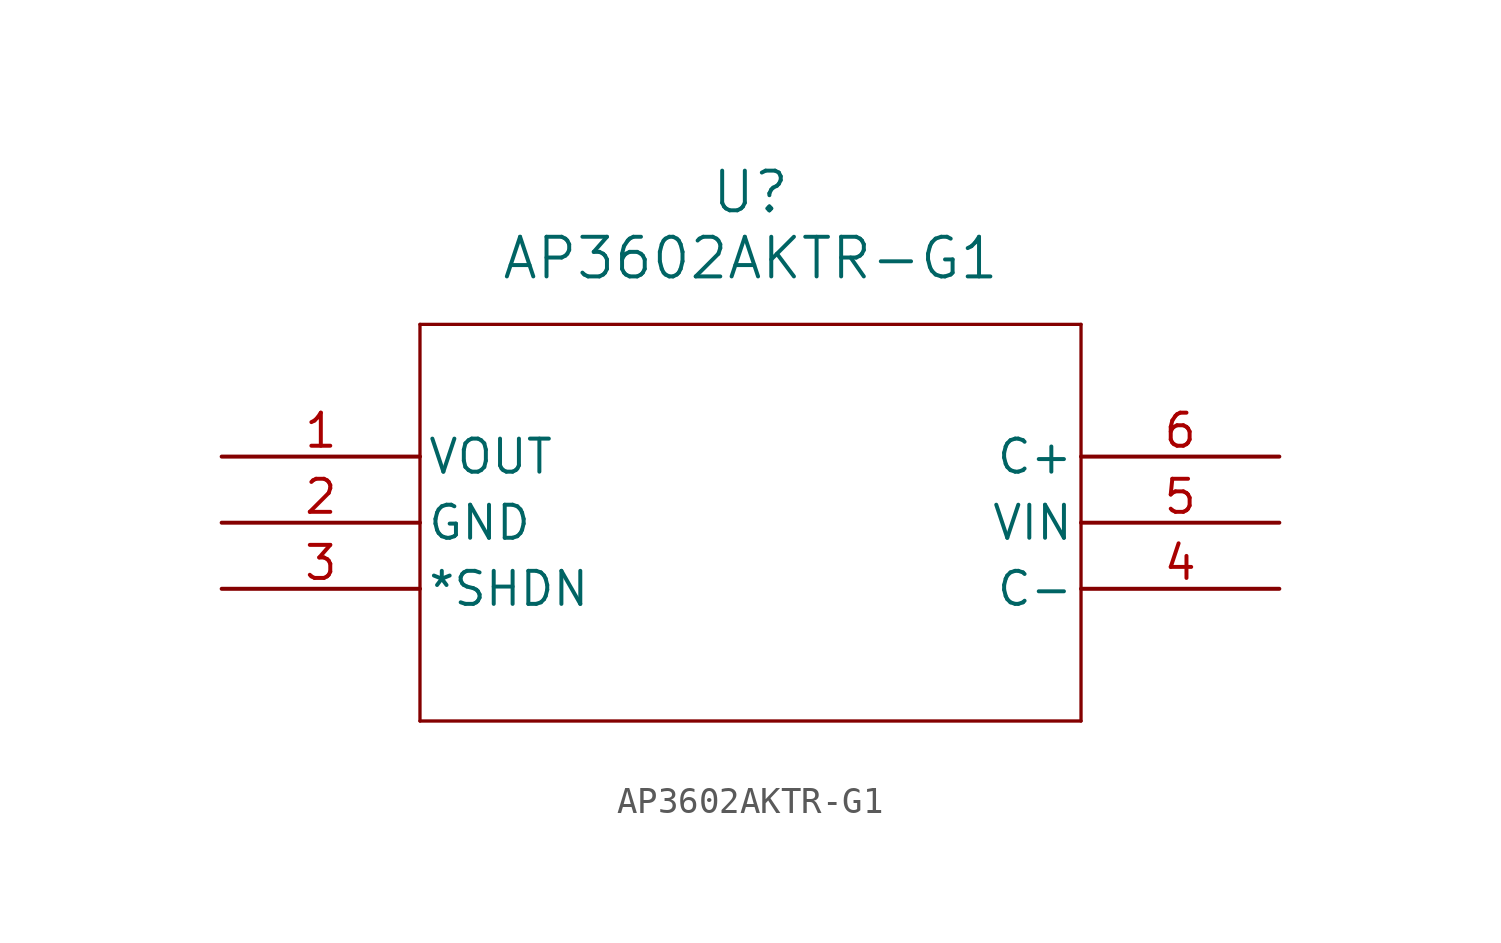
<source format=kicad_sym>
(kicad_symbol_lib
  (version 20211014)
  (generator kicad_symbol_editor)
  (symbol "AP3602AKTR-G1"
    (pin_names
      (offset 0.254))
    (property "Reference" "U"
      (at 20.32 10.16 0)
      (effects (font (size 1.524 1.524))))
    (property "Value" "AP3602AKTR-G1"
      (at 20.32 7.62 0)
      (effects (font (size 1.524 1.524))))
    (symbol "AP3602AKTR-G1_0_1"
      (polyline (pts (xy 7.62 5.08) (xy 7.62 -10.16)) (stroke (width 0.127) (type default) (color 0 0 0 0)) (fill (type none)))
      (polyline (pts (xy 7.62 -10.16) (xy 33.02 -10.16)) (stroke (width 0.127) (type default) (color 0 0 0 0)) (fill (type none)))
      (polyline (pts (xy 33.02 -10.16) (xy 33.02 5.08)) (stroke (width 0.127) (type default) (color 0 0 0 0)) (fill (type none)))
      (polyline (pts (xy 33.02 5.08) (xy 7.62 5.08)) (stroke (width 0.127) (type default) (color 0 0 0 0)) (fill (type none)))
      (pin output line (at 0 0 0) (length 7.62) (name "VOUT" (effects (font (size 1.27 1.27)))) (number "1" (effects (font (size 1.27 1.27)))))
      (pin power_in line (at 0 -2.54 0) (length 7.62) (name "GND" (effects (font (size 1.27 1.27)))) (number "2" (effects (font (size 1.27 1.27)))))
      (pin input line (at 0 -5.08 0) (length 7.62) (name "*SHDN" (effects (font (size 1.27 1.27)))) (number "3" (effects (font (size 1.27 1.27)))))
      (pin unspecified line (at 40.64 -5.08 180) (length 7.62) (name "C-" (effects (font (size 1.27 1.27)))) (number "4" (effects (font (size 1.27 1.27)))))
      (pin input line (at 40.64 -2.54 180) (length 7.62) (name "VIN" (effects (font (size 1.27 1.27)))) (number "5" (effects (font (size 1.27 1.27)))))
      (pin unspecified line (at 40.64 0 180) (length 7.62) (name "C+" (effects (font (size 1.27 1.27)))) (number "6" (effects (font (size 1.27 1.27))))))))
</source>
